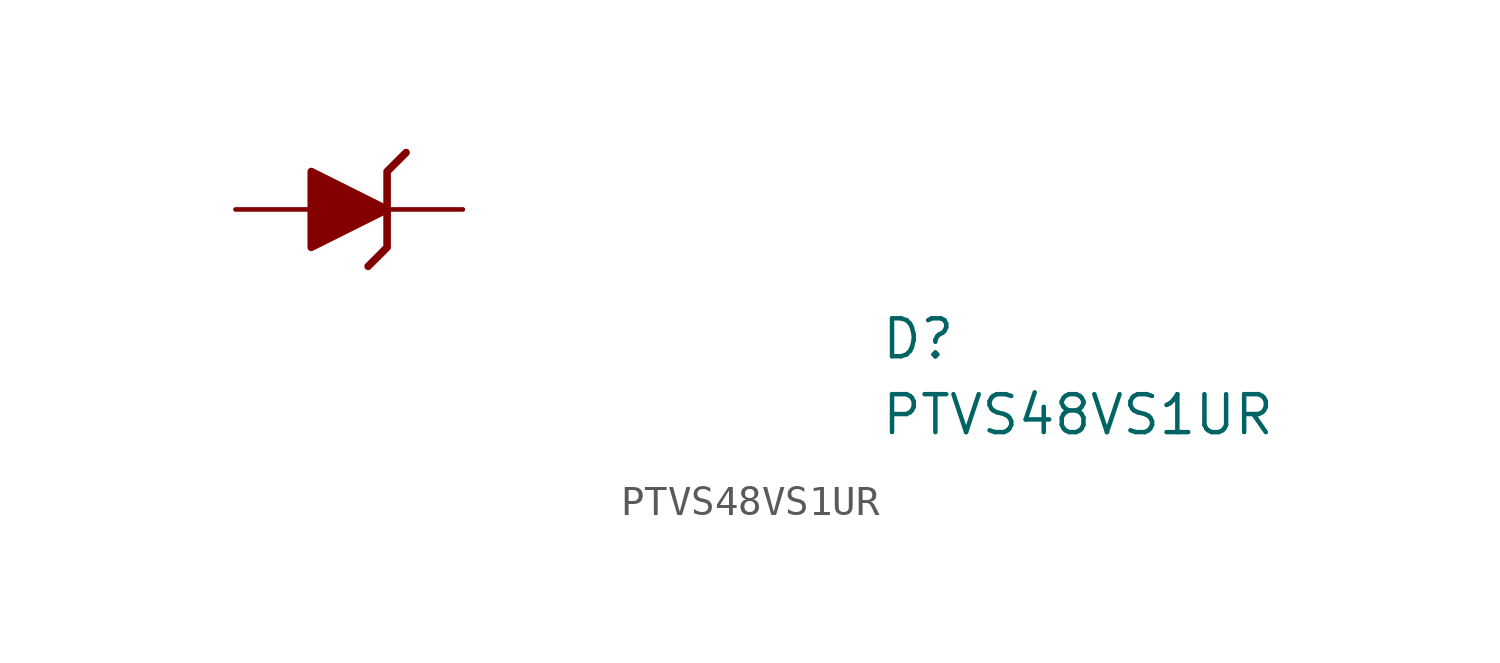
<source format=kicad_sym>
(kicad_symbol_lib
  (version 20211014)
  (generator kicad_symbol_editor)
  (symbol "PTVS48VS1UR"
    (pin_numbers hide)
    (pin_names hide)
    (property "Reference" "D"
      (at 21.59 -5.08 0)
      (effects (font (size 1.27 1.27) (thickness 0.15)) (justify left bottom)))
    (property "Value" "PTVS48VS1UR"
      (at 21.59 -7.62 0)
      (effects (font (size 1.27 1.27) (thickness 0.15)) (justify left bottom)))
    (symbol "PTVS48VS1UR_0_1"
      (polyline (pts (xy 5.715 1.905) (xy 5.08 1.27) (xy 5.08 -1.27) (xy 4.445 -1.905)) (stroke (width 0.254) (type default) (color 0 0 0 0)) (fill (type none))))
    (symbol "PTVS48VS1UR_1_1"
      (polyline (pts (xy 2.54 1.27) (xy 2.54 -1.27) (xy 5.08 0) (xy 2.54 1.27)) (stroke (width 0.254) (type default) (color 0 0 0 0)) (fill (type outline)))
      (pin passive line (at 0 0 0) (length 2.54) (name "A" (effects (font (size 1.27 1.27)))) (number "A" (effects (font (size 1.27 1.27)))))
      (pin passive line (at 7.62 0 180) (length 2.54) (name "C" (effects (font (size 1.27 1.27)))) (number "K" (effects (font (size 1.27 1.27))))))))
</source>
